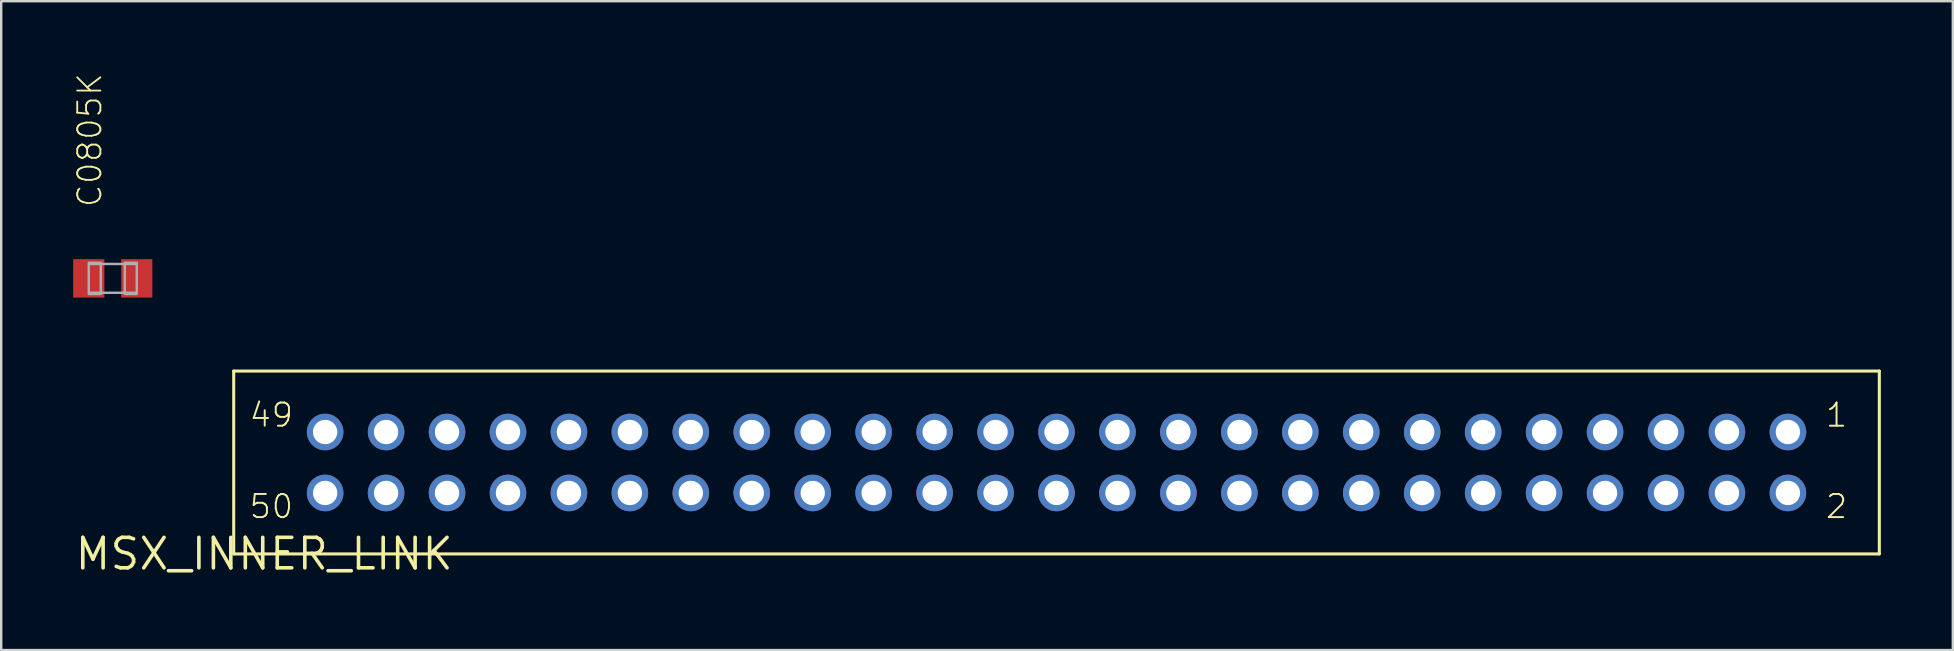
<source format=kicad_pcb>
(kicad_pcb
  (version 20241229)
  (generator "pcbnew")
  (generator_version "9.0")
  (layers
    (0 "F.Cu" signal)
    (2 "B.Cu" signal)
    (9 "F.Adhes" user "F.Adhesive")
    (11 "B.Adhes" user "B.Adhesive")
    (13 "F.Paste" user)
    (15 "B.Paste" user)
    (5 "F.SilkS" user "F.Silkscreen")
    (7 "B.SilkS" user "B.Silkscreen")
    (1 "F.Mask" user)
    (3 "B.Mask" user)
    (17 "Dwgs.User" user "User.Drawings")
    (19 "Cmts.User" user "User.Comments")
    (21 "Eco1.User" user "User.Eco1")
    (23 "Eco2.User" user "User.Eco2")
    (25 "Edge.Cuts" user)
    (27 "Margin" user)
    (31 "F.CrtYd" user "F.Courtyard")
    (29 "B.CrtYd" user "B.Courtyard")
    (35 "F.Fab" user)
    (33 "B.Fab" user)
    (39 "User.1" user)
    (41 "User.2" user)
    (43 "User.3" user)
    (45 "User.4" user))
  (footprint "MSX_INNER_LINK"
    (layer "F.Cu")
    (at 7.96 20.034)
    (property "Reference" "MSX_INNER_LINK" (at 0 0 0) (layer "F.SilkS") (effects (font (size 1.27 1.27) (thickness 0.15))))
    (attr through_hole)
    (fp_line (start -1.27 -7.62) (end 67.31 -7.62) (stroke (width 0.127) (type solid)) (layer "F.SilkS"))
    (fp_line (start -1.27 0) (end -1.27 -7.62) (stroke (width 0.127) (type solid)) (layer "F.SilkS"))
    (fp_line (start 67.31 -7.62) (end 67.31 0) (stroke (width 0.127) (type solid)) (layer "F.SilkS"))
    (fp_line (start 67.31 0) (end -1.27 0) (stroke (width 0.127) (type solid)) (layer "F.SilkS"))
    (fp_text user "49" (at 1.27 -6.35 0) (layer "F.SilkS") (effects (font (size 0.965 0.965) (thickness 0.081)) (justify right top)))
    (fp_text user "50" (at 1.27 -2.54 0) (layer "F.SilkS") (effects (font (size 0.965 0.965) (thickness 0.081)) (justify right top)))
    (fp_text user "2" (at 66.04 -2.54 0) (layer "F.SilkS") (effects (font (size 0.965 0.965) (thickness 0.081)) (justify right top)))
    (fp_text user "1" (at 66.04 -6.35 0) (layer "F.SilkS") (effects (font (size 0.965 0.965) (thickness 0.081)) (justify right top)))
    (pad "P$1" thru_hole circle (at 63.5 -5.08) (size 1.524 1.524) (drill 1.016) (layers "*.Cu" "*.Mask"))
    (pad "P$2" thru_hole circle (at 63.5 -2.54) (size 1.524 1.524) (drill 1.016) (layers "*.Cu" "*.Mask"))
    (pad "P$3" thru_hole circle (at 60.96 -5.08) (size 1.524 1.524) (drill 1.016) (layers "*.Cu" "*.Mask"))
    (pad "P$4" thru_hole circle (at 60.96 -2.54) (size 1.524 1.524) (drill 1.016) (layers "*.Cu" "*.Mask"))
    (pad "P$5" thru_hole circle (at 58.42 -5.08) (size 1.524 1.524) (drill 1.016) (layers "*.Cu" "*.Mask"))
    (pad "P$6" thru_hole circle (at 58.42 -2.54) (size 1.524 1.524) (drill 1.016) (layers "*.Cu" "*.Mask"))
    (pad "P$7" thru_hole circle (at 55.88 -5.08) (size 1.524 1.524) (drill 1.016) (layers "*.Cu" "*.Mask"))
    (pad "P$8" thru_hole circle (at 55.88 -2.54) (size 1.524 1.524) (drill 1.016) (layers "*.Cu" "*.Mask"))
    (pad "P$9" thru_hole circle (at 53.34 -5.08) (size 1.524 1.524) (drill 1.016) (layers "*.Cu" "*.Mask"))
    (pad "P$10" thru_hole circle (at 53.34 -2.54) (size 1.524 1.524) (drill 1.016) (layers "*.Cu" "*.Mask"))
    (pad "P$11" thru_hole circle (at 50.8 -5.08) (size 1.524 1.524) (drill 1.016) (layers "*.Cu" "*.Mask"))
    (pad "P$12" thru_hole circle (at 50.8 -2.54) (size 1.524 1.524) (drill 1.016) (layers "*.Cu" "*.Mask"))
    (pad "P$13" thru_hole circle (at 48.26 -5.08) (size 1.524 1.524) (drill 1.016) (layers "*.Cu" "*.Mask"))
    (pad "P$14" thru_hole circle (at 48.26 -2.54) (size 1.524 1.524) (drill 1.016) (layers "*.Cu" "*.Mask"))
    (pad "P$15" thru_hole circle (at 45.72 -5.08) (size 1.524 1.524) (drill 1.016) (layers "*.Cu" "*.Mask"))
    (pad "P$16" thru_hole circle (at 45.72 -2.54) (size 1.524 1.524) (drill 1.016) (layers "*.Cu" "*.Mask"))
    (pad "P$17" thru_hole circle (at 43.18 -5.08) (size 1.524 1.524) (drill 1.016) (layers "*.Cu" "*.Mask"))
    (pad "P$18" thru_hole circle (at 43.18 -2.54) (size 1.524 1.524) (drill 1.016) (layers "*.Cu" "*.Mask"))
    (pad "P$19" thru_hole circle (at 40.64 -5.08) (size 1.524 1.524) (drill 1.016) (layers "*.Cu" "*.Mask"))
    (pad "P$20" thru_hole circle (at 40.64 -2.54) (size 1.524 1.524) (drill 1.016) (layers "*.Cu" "*.Mask"))
    (pad "P$21" thru_hole circle (at 38.1 -5.08) (size 1.524 1.524) (drill 1.016) (layers "*.Cu" "*.Mask"))
    (pad "P$22" thru_hole circle (at 38.1 -2.54) (size 1.524 1.524) (drill 1.016) (layers "*.Cu" "*.Mask"))
    (pad "P$23" thru_hole circle (at 35.56 -5.08) (size 1.524 1.524) (drill 1.016) (layers "*.Cu" "*.Mask"))
    (pad "P$24" thru_hole circle (at 35.56 -2.54) (size 1.524 1.524) (drill 1.016) (layers "*.Cu" "*.Mask"))
    (pad "P$25" thru_hole circle (at 33.02 -5.08) (size 1.524 1.524) (drill 1.016) (layers "*.Cu" "*.Mask"))
    (pad "P$26" thru_hole circle (at 33.02 -2.54) (size 1.524 1.524) (drill 1.016) (layers "*.Cu" "*.Mask"))
    (pad "P$27" thru_hole circle (at 30.48 -5.08) (size 1.524 1.524) (drill 1.016) (layers "*.Cu" "*.Mask"))
    (pad "P$28" thru_hole circle (at 30.48 -2.54) (size 1.524 1.524) (drill 1.016) (layers "*.Cu" "*.Mask"))
    (pad "P$29" thru_hole circle (at 27.94 -5.08) (size 1.524 1.524) (drill 1.016) (layers "*.Cu" "*.Mask"))
    (pad "P$30" thru_hole circle (at 27.94 -2.54) (size 1.524 1.524) (drill 1.016) (layers "*.Cu" "*.Mask"))
    (pad "P$31" thru_hole circle (at 25.4 -5.08) (size 1.524 1.524) (drill 1.016) (layers "*.Cu" "*.Mask"))
    (pad "P$32" thru_hole circle (at 25.4 -2.54) (size 1.524 1.524) (drill 1.016) (layers "*.Cu" "*.Mask"))
    (pad "P$33" thru_hole circle (at 22.86 -5.08) (size 1.524 1.524) (drill 1.016) (layers "*.Cu" "*.Mask"))
    (pad "P$34" thru_hole circle (at 22.86 -2.54) (size 1.524 1.524) (drill 1.016) (layers "*.Cu" "*.Mask"))
    (pad "P$35" thru_hole circle (at 20.32 -5.08) (size 1.524 1.524) (drill 1.016) (layers "*.Cu" "*.Mask"))
    (pad "P$36" thru_hole circle (at 20.32 -2.54) (size 1.524 1.524) (drill 1.016) (layers "*.Cu" "*.Mask"))
    (pad "P$37" thru_hole circle (at 17.78 -5.08) (size 1.524 1.524) (drill 1.016) (layers "*.Cu" "*.Mask"))
    (pad "P$38" thru_hole circle (at 17.78 -2.54) (size 1.524 1.524) (drill 1.016) (layers "*.Cu" "*.Mask"))
    (pad "P$39" thru_hole circle (at 15.24 -5.08) (size 1.524 1.524) (drill 1.016) (layers "*.Cu" "*.Mask"))
    (pad "P$40" thru_hole circle (at 15.24 -2.54) (size 1.524 1.524) (drill 1.016) (layers "*.Cu" "*.Mask"))
    (pad "P$41" thru_hole circle (at 12.7 -5.08) (size 1.524 1.524) (drill 1.016) (layers "*.Cu" "*.Mask"))
    (pad "P$42" thru_hole circle (at 12.7 -2.54) (size 1.524 1.524) (drill 1.016) (layers "*.Cu" "*.Mask"))
    (pad "P$43" thru_hole circle (at 10.16 -5.08) (size 1.524 1.524) (drill 1.016) (layers "*.Cu" "*.Mask"))
    (pad "P$44" thru_hole circle (at 10.16 -2.54) (size 1.524 1.524) (drill 1.016) (layers "*.Cu" "*.Mask"))
    (pad "P$45" thru_hole circle (at 7.62 -5.08) (size 1.524 1.524) (drill 1.016) (layers "*.Cu" "*.Mask"))
    (pad "P$46" thru_hole circle (at 7.62 -2.54) (size 1.524 1.524) (drill 1.016) (layers "*.Cu" "*.Mask"))
    (pad "P$47" thru_hole circle (at 5.08 -5.08) (size 1.524 1.524) (drill 1.016) (layers "*.Cu" "*.Mask"))
    (pad "P$48" thru_hole circle (at 5.08 -2.54) (size 1.524 1.524) (drill 1.016) (layers "*.Cu" "*.Mask"))
    (pad "P$49" thru_hole circle (at 2.54 -5.08) (size 1.524 1.524) (drill 1.016) (layers "*.Cu" "*.Mask"))
    (pad "P$50" thru_hole circle (at 2.54 -2.54) (size 1.524 1.524) (drill 1.016) (layers "*.Cu" "*.Mask")))
  (footprint "C0805K"
    (layer "F.Cu")
    (at 1.65 8.551)
    (property "Reference" "C0805K" (at -0.395 -2.905 270) (layer "F.SilkS") (effects (font (size 0.965 0.965) (thickness 0.077)) (justify left bottom)))
    (attr through_hole)
    (fp_line (start -0.925 -0.6) (end 0.925 -0.6) (stroke (width 0.102) (type solid)) (layer "F.Fab"))
    (fp_line (start 0.925 0.6) (end -0.925 0.6) (stroke (width 0.102) (type solid)) (layer "F.Fab"))
    (fp_poly (pts (xy -1 0.65) (xy -0.5 0.65) (xy -0.5 -0.65) (xy -1 -0.65)) (stroke (width 0.1) (type solid)) (fill no) (layer "F.Fab"))
    (fp_poly (pts (xy 0.5 0.65) (xy 1 0.65) (xy 1 -0.65) (xy 0.5 -0.65)) (stroke (width 0.1) (type solid)) (fill no) (layer "F.Fab"))
    (pad "1" smd rect (at -1 0) (size 1.3 1.6) (layers "F.Cu" "F.Mask" "F.Paste"))
    (pad "2" smd rect (at 1 0) (size 1.3 1.6) (layers "F.Cu" "F.Mask" "F.Paste")))
  (gr_rect
    (start -3 -3)
    (end 78.333 24.041)
    (stroke (width 0.1) (type default))
    (fill no)
    (layer "Edge.Cuts")))
</source>
